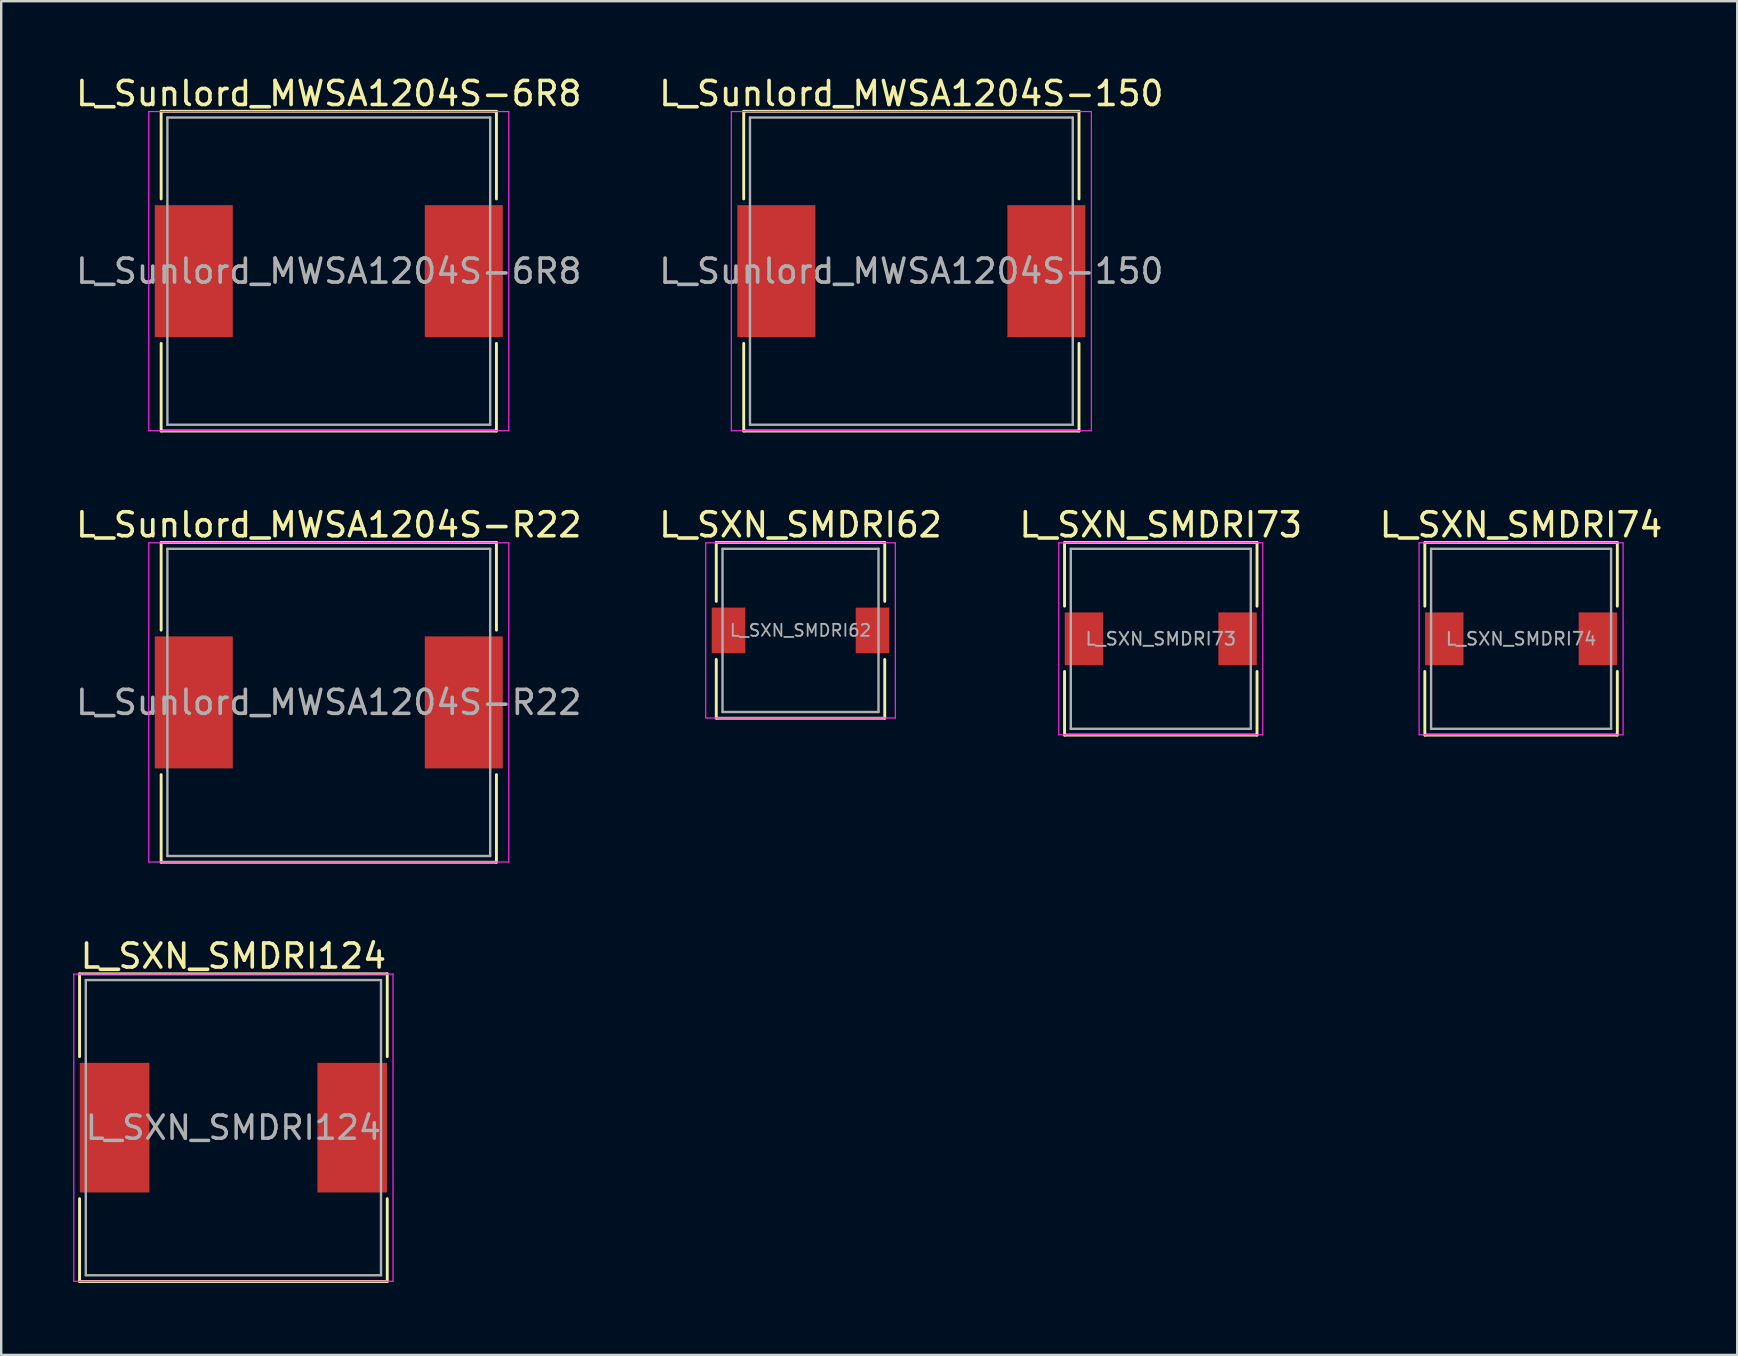
<source format=kicad_pcb>
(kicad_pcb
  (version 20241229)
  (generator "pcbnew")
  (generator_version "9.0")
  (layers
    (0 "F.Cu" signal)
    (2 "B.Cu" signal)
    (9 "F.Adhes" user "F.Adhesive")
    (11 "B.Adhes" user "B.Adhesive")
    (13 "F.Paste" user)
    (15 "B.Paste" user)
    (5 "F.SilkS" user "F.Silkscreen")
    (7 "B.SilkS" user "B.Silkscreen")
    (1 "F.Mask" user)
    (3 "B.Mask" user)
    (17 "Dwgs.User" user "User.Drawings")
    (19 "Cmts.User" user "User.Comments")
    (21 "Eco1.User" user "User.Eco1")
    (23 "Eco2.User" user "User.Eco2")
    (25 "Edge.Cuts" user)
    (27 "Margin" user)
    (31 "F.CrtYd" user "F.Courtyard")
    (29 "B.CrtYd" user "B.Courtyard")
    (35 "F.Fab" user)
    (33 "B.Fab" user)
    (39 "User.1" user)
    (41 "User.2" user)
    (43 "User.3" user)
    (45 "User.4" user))
  (footprint "L_Sunlord_MWSA1204S-6R8"
    (layer "F.Cu")
    (at 10.649 8.248)
    (property "Reference" "L_Sunlord_MWSA1204S-6R8" (at 0 -7.4 0) (layer "F.SilkS") (effects (font (size 1 1) (thickness 0.15))))
    (attr smd)
    (fp_line (start -6.985 -6.66) (end -6.985 -3.01) (stroke (width 0.12) (type solid)) (layer "F.SilkS"))
    (fp_line (start -6.985 -6.66) (end 6.985 -6.66) (stroke (width 0.12) (type solid)) (layer "F.SilkS"))
    (fp_line (start -6.985 6.66) (end -6.985 3.01) (stroke (width 0.12) (type solid)) (layer "F.SilkS"))
    (fp_line (start -6.985 6.66) (end 6.985 6.66) (stroke (width 0.12) (type solid)) (layer "F.SilkS"))
    (fp_line (start 6.985 -6.66) (end 6.985 -3.01) (stroke (width 0.12) (type solid)) (layer "F.SilkS"))
    (fp_line (start 6.985 6.66) (end 6.985 3.01) (stroke (width 0.12) (type solid)) (layer "F.SilkS"))
    (fp_line (start -7.5 -6.65) (end -7.5 6.65) (stroke (width 0.05) (type solid)) (layer "F.CrtYd"))
    (fp_line (start -7.5 6.65) (end 7.5 6.65) (stroke (width 0.05) (type solid)) (layer "F.CrtYd"))
    (fp_line (start 7.5 -6.65) (end -7.5 -6.65) (stroke (width 0.05) (type solid)) (layer "F.CrtYd"))
    (fp_line (start 7.5 6.65) (end 7.5 -6.65) (stroke (width 0.05) (type solid)) (layer "F.CrtYd"))
    (fp_line (start -6.725 -6.4) (end -6.725 6.4) (stroke (width 0.1) (type solid)) (layer "F.Fab"))
    (fp_line (start -6.725 6.4) (end 6.725 6.4) (stroke (width 0.1) (type solid)) (layer "F.Fab"))
    (fp_line (start 6.725 -6.4) (end -6.725 -6.4) (stroke (width 0.1) (type solid)) (layer "F.Fab"))
    (fp_line (start 6.725 6.4) (end 6.725 -6.4) (stroke (width 0.1) (type solid)) (layer "F.Fab"))
    (fp_text user "${REFERENCE}" (at 0 0 0) (layer "F.Fab") (effects (font (size 1 1) (thickness 0.15))))
    (pad "1" smd rect (at -5.625 0) (size 3.25 5.5) (layers "F.Cu" "F.Mask" "F.Paste"))
    (pad "2" smd rect (at 5.625 0) (size 3.25 5.5) (layers "F.Cu" "F.Mask" "F.Paste")))
  (footprint "L_SXN_SMDRI74"
    (layer "F.Cu")
    (at 60.327 23.567)
    (property "Reference" "L_SXN_SMDRI74" (at 0 -4.75 0) (layer "F.SilkS") (effects (font (size 1 1) (thickness 0.15))))
    (attr smd)
    (fp_line (start -4.01 -4.01) (end -4.01 -1.36) (stroke (width 0.12) (type solid)) (layer "F.SilkS"))
    (fp_line (start -4.01 -4.01) (end 4.01 -4.01) (stroke (width 0.12) (type solid)) (layer "F.SilkS"))
    (fp_line (start -4.01 4.01) (end -4.01 1.36) (stroke (width 0.12) (type solid)) (layer "F.SilkS"))
    (fp_line (start -4.01 4.01) (end 4.01 4.01) (stroke (width 0.12) (type solid)) (layer "F.SilkS"))
    (fp_line (start 4.01 -4.01) (end 4.01 -1.36) (stroke (width 0.12) (type solid)) (layer "F.SilkS"))
    (fp_line (start 4.01 4.01) (end 4.01 1.36) (stroke (width 0.12) (type solid)) (layer "F.SilkS"))
    (fp_line (start -4.25 -4) (end -4.25 4) (stroke (width 0.05) (type solid)) (layer "F.CrtYd"))
    (fp_line (start -4.25 4) (end 4.25 4) (stroke (width 0.05) (type solid)) (layer "F.CrtYd"))
    (fp_line (start 4.25 -4) (end -4.25 -4) (stroke (width 0.05) (type solid)) (layer "F.CrtYd"))
    (fp_line (start 4.25 4) (end 4.25 -4) (stroke (width 0.05) (type solid)) (layer "F.CrtYd"))
    (fp_line (start -3.75 -3.75) (end -3.75 3.75) (stroke (width 0.1) (type solid)) (layer "F.Fab"))
    (fp_line (start -3.75 3.75) (end 3.75 3.75) (stroke (width 0.1) (type solid)) (layer "F.Fab"))
    (fp_line (start 3.75 -3.75) (end -3.75 -3.75) (stroke (width 0.1) (type solid)) (layer "F.Fab"))
    (fp_line (start 3.75 3.75) (end 3.75 -3.75) (stroke (width 0.1) (type solid)) (layer "F.Fab"))
    (fp_text user "${REFERENCE}" (at 0 0 0) (layer "F.Fab") (effects (font (size 0.533 0.533) (thickness 0.08))))
    (pad "1" smd rect (at -3.2 0) (size 1.6 2.2) (layers "F.Cu" "F.Mask" "F.Paste"))
    (pad "2" smd rect (at 3.2 0) (size 1.6 2.2) (layers "F.Cu" "F.Mask" "F.Paste")))
  (footprint "L_SXN_SMDRI73"
    (layer "F.Cu")
    (at 45.315 23.567)
    (property "Reference" "L_SXN_SMDRI73" (at 0 -4.75 0) (layer "F.SilkS") (effects (font (size 1 1) (thickness 0.15))))
    (attr smd)
    (fp_line (start -4.01 -4.01) (end -4.01 -1.36) (stroke (width 0.12) (type solid)) (layer "F.SilkS"))
    (fp_line (start -4.01 -4.01) (end 4.01 -4.01) (stroke (width 0.12) (type solid)) (layer "F.SilkS"))
    (fp_line (start -4.01 4.01) (end -4.01 1.36) (stroke (width 0.12) (type solid)) (layer "F.SilkS"))
    (fp_line (start -4.01 4.01) (end 4.01 4.01) (stroke (width 0.12) (type solid)) (layer "F.SilkS"))
    (fp_line (start 4.01 -4.01) (end 4.01 -1.36) (stroke (width 0.12) (type solid)) (layer "F.SilkS"))
    (fp_line (start 4.01 4.01) (end 4.01 1.36) (stroke (width 0.12) (type solid)) (layer "F.SilkS"))
    (fp_line (start -4.25 -4) (end -4.25 4) (stroke (width 0.05) (type solid)) (layer "F.CrtYd"))
    (fp_line (start -4.25 4) (end 4.25 4) (stroke (width 0.05) (type solid)) (layer "F.CrtYd"))
    (fp_line (start 4.25 -4) (end -4.25 -4) (stroke (width 0.05) (type solid)) (layer "F.CrtYd"))
    (fp_line (start 4.25 4) (end 4.25 -4) (stroke (width 0.05) (type solid)) (layer "F.CrtYd"))
    (fp_line (start -3.75 -3.75) (end -3.75 3.75) (stroke (width 0.1) (type solid)) (layer "F.Fab"))
    (fp_line (start -3.75 3.75) (end 3.75 3.75) (stroke (width 0.1) (type solid)) (layer "F.Fab"))
    (fp_line (start 3.75 -3.75) (end -3.75 -3.75) (stroke (width 0.1) (type solid)) (layer "F.Fab"))
    (fp_line (start 3.75 3.75) (end 3.75 -3.75) (stroke (width 0.1) (type solid)) (layer "F.Fab"))
    (fp_text user "${REFERENCE}" (at 0 0 0) (layer "F.Fab") (effects (font (size 0.533 0.533) (thickness 0.08))))
    (pad "1" smd rect (at -3.2 0) (size 1.6 2.2) (layers "F.Cu" "F.Mask" "F.Paste"))
    (pad "2" smd rect (at 3.2 0) (size 1.6 2.2) (layers "F.Cu" "F.Mask" "F.Paste")))
  (footprint "L_SXN_SMDRI62"
    (layer "F.Cu")
    (at 30.304 23.216)
    (property "Reference" "L_SXN_SMDRI62" (at 0 -4.4 0) (layer "F.SilkS") (effects (font (size 1 1) (thickness 0.15))))
    (attr smd)
    (fp_line (start -3.51 -3.66) (end -3.51 -1.21) (stroke (width 0.12) (type solid)) (layer "F.SilkS"))
    (fp_line (start -3.51 -3.66) (end 3.51 -3.66) (stroke (width 0.12) (type solid)) (layer "F.SilkS"))
    (fp_line (start -3.51 3.66) (end -3.51 1.21) (stroke (width 0.12) (type solid)) (layer "F.SilkS"))
    (fp_line (start -3.51 3.66) (end 3.51 3.66) (stroke (width 0.12) (type solid)) (layer "F.SilkS"))
    (fp_line (start 3.51 -3.66) (end 3.51 -1.21) (stroke (width 0.12) (type solid)) (layer "F.SilkS"))
    (fp_line (start 3.51 3.66) (end 3.51 1.21) (stroke (width 0.12) (type solid)) (layer "F.SilkS"))
    (fp_line (start -3.95 -3.65) (end -3.95 3.65) (stroke (width 0.05) (type solid)) (layer "F.CrtYd"))
    (fp_line (start -3.95 3.65) (end 3.95 3.65) (stroke (width 0.05) (type solid)) (layer "F.CrtYd"))
    (fp_line (start 3.95 -3.65) (end -3.95 -3.65) (stroke (width 0.05) (type solid)) (layer "F.CrtYd"))
    (fp_line (start 3.95 3.65) (end 3.95 -3.65) (stroke (width 0.05) (type solid)) (layer "F.CrtYd"))
    (fp_line (start -3.25 -3.4) (end -3.25 3.4) (stroke (width 0.1) (type solid)) (layer "F.Fab"))
    (fp_line (start -3.25 3.4) (end 3.25 3.4) (stroke (width 0.1) (type solid)) (layer "F.Fab"))
    (fp_line (start 3.25 -3.4) (end -3.25 -3.4) (stroke (width 0.1) (type solid)) (layer "F.Fab"))
    (fp_line (start 3.25 3.4) (end 3.25 -3.4) (stroke (width 0.1) (type solid)) (layer "F.Fab"))
    (fp_text user "${REFERENCE}" (at 0 0 0) (layer "F.Fab") (effects (font (size 0.5 0.5) (thickness 0.075))))
    (pad "1" smd rect (at -3 0) (size 1.4 1.9) (layers "F.Cu" "F.Mask" "F.Paste"))
    (pad "2" smd rect (at 3 0) (size 1.4 1.9) (layers "F.Cu" "F.Mask" "F.Paste")))
  (footprint "L_Sunlord_MWSA1204S-150"
    (layer "F.Cu")
    (at 34.923 8.248)
    (property "Reference" "L_Sunlord_MWSA1204S-150" (at 0 -7.4 0) (layer "F.SilkS") (effects (font (size 1 1) (thickness 0.15))))
    (attr smd)
    (fp_line (start -6.985 -6.66) (end -6.985 -3.01) (stroke (width 0.12) (type solid)) (layer "F.SilkS"))
    (fp_line (start -6.985 -6.66) (end 6.985 -6.66) (stroke (width 0.12) (type solid)) (layer "F.SilkS"))
    (fp_line (start -6.985 6.66) (end -6.985 3.01) (stroke (width 0.12) (type solid)) (layer "F.SilkS"))
    (fp_line (start -6.985 6.66) (end 6.985 6.66) (stroke (width 0.12) (type solid)) (layer "F.SilkS"))
    (fp_line (start 6.985 -6.66) (end 6.985 -3.01) (stroke (width 0.12) (type solid)) (layer "F.SilkS"))
    (fp_line (start 6.985 6.66) (end 6.985 3.01) (stroke (width 0.12) (type solid)) (layer "F.SilkS"))
    (fp_line (start -7.5 -6.65) (end -7.5 6.65) (stroke (width 0.05) (type solid)) (layer "F.CrtYd"))
    (fp_line (start -7.5 6.65) (end 7.5 6.65) (stroke (width 0.05) (type solid)) (layer "F.CrtYd"))
    (fp_line (start 7.5 -6.65) (end -7.5 -6.65) (stroke (width 0.05) (type solid)) (layer "F.CrtYd"))
    (fp_line (start 7.5 6.65) (end 7.5 -6.65) (stroke (width 0.05) (type solid)) (layer "F.CrtYd"))
    (fp_line (start -6.725 -6.4) (end -6.725 6.4) (stroke (width 0.1) (type solid)) (layer "F.Fab"))
    (fp_line (start -6.725 6.4) (end 6.725 6.4) (stroke (width 0.1) (type solid)) (layer "F.Fab"))
    (fp_line (start 6.725 -6.4) (end -6.725 -6.4) (stroke (width 0.1) (type solid)) (layer "F.Fab"))
    (fp_line (start 6.725 6.4) (end 6.725 -6.4) (stroke (width 0.1) (type solid)) (layer "F.Fab"))
    (fp_text user "${REFERENCE}" (at 0 0 0) (layer "F.Fab") (effects (font (size 1 1) (thickness 0.15))))
    (pad "1" smd rect (at -5.625 0) (size 3.25 5.5) (layers "F.Cu" "F.Mask" "F.Paste"))
    (pad "2" smd rect (at 5.625 0) (size 3.25 5.5) (layers "F.Cu" "F.Mask" "F.Paste")))
  (footprint "L_SXN_SMDRI124"
    (layer "F.Cu")
    (at 6.675 43.935)
    (property "Reference" "L_SXN_SMDRI124" (at 0 -7.15 0) (layer "F.SilkS") (effects (font (size 1 1) (thickness 0.15))))
    (attr smd)
    (fp_line (start -6.41 -6.41) (end -6.41 -2.96) (stroke (width 0.12) (type solid)) (layer "F.SilkS"))
    (fp_line (start -6.41 -6.41) (end 6.41 -6.41) (stroke (width 0.12) (type solid)) (layer "F.SilkS"))
    (fp_line (start -6.41 6.41) (end -6.41 2.96) (stroke (width 0.12) (type solid)) (layer "F.SilkS"))
    (fp_line (start -6.41 6.41) (end 6.41 6.41) (stroke (width 0.12) (type solid)) (layer "F.SilkS"))
    (fp_line (start 6.41 -6.41) (end 6.41 -2.96) (stroke (width 0.12) (type solid)) (layer "F.SilkS"))
    (fp_line (start 6.41 6.41) (end 6.41 2.96) (stroke (width 0.12) (type solid)) (layer "F.SilkS"))
    (fp_line (start -6.65 -6.4) (end -6.65 6.4) (stroke (width 0.05) (type solid)) (layer "F.CrtYd"))
    (fp_line (start -6.65 6.4) (end 6.65 6.4) (stroke (width 0.05) (type solid)) (layer "F.CrtYd"))
    (fp_line (start 6.65 -6.4) (end -6.65 -6.4) (stroke (width 0.05) (type solid)) (layer "F.CrtYd"))
    (fp_line (start 6.65 6.4) (end 6.65 -6.4) (stroke (width 0.05) (type solid)) (layer "F.CrtYd"))
    (fp_line (start -6.15 -6.15) (end -6.15 6.15) (stroke (width 0.1) (type solid)) (layer "F.Fab"))
    (fp_line (start -6.15 6.15) (end 6.15 6.15) (stroke (width 0.1) (type solid)) (layer "F.Fab"))
    (fp_line (start 6.15 -6.15) (end -6.15 -6.15) (stroke (width 0.1) (type solid)) (layer "F.Fab"))
    (fp_line (start 6.15 6.15) (end 6.15 -6.15) (stroke (width 0.1) (type solid)) (layer "F.Fab"))
    (fp_text user "${REFERENCE}" (at 0 0 0) (layer "F.Fab") (effects (font (size 0.967 0.967) (thickness 0.145))))
    (pad "1" smd rect (at -4.95 0) (size 2.9 5.4) (layers "F.Cu" "F.Mask" "F.Paste"))
    (pad "2" smd rect (at 4.95 0) (size 2.9 5.4) (layers "F.Cu" "F.Mask" "F.Paste")))
  (footprint "L_Sunlord_MWSA1204S-R22"
    (layer "F.Cu")
    (at 10.649 26.216)
    (property "Reference" "L_Sunlord_MWSA1204S-R22" (at 0 -7.4 0) (layer "F.SilkS") (effects (font (size 1 1) (thickness 0.15))))
    (attr smd)
    (fp_line (start -6.985 -6.66) (end -6.985 -3.01) (stroke (width 0.12) (type solid)) (layer "F.SilkS"))
    (fp_line (start -6.985 -6.66) (end 6.985 -6.66) (stroke (width 0.12) (type solid)) (layer "F.SilkS"))
    (fp_line (start -6.985 6.66) (end -6.985 3.01) (stroke (width 0.12) (type solid)) (layer "F.SilkS"))
    (fp_line (start -6.985 6.66) (end 6.985 6.66) (stroke (width 0.12) (type solid)) (layer "F.SilkS"))
    (fp_line (start 6.985 -6.66) (end 6.985 -3.01) (stroke (width 0.12) (type solid)) (layer "F.SilkS"))
    (fp_line (start 6.985 6.66) (end 6.985 3.01) (stroke (width 0.12) (type solid)) (layer "F.SilkS"))
    (fp_line (start -7.5 -6.65) (end -7.5 6.65) (stroke (width 0.05) (type solid)) (layer "F.CrtYd"))
    (fp_line (start -7.5 6.65) (end 7.5 6.65) (stroke (width 0.05) (type solid)) (layer "F.CrtYd"))
    (fp_line (start 7.5 -6.65) (end -7.5 -6.65) (stroke (width 0.05) (type solid)) (layer "F.CrtYd"))
    (fp_line (start 7.5 6.65) (end 7.5 -6.65) (stroke (width 0.05) (type solid)) (layer "F.CrtYd"))
    (fp_line (start -6.725 -6.4) (end -6.725 6.4) (stroke (width 0.1) (type solid)) (layer "F.Fab"))
    (fp_line (start -6.725 6.4) (end 6.725 6.4) (stroke (width 0.1) (type solid)) (layer "F.Fab"))
    (fp_line (start 6.725 -6.4) (end -6.725 -6.4) (stroke (width 0.1) (type solid)) (layer "F.Fab"))
    (fp_line (start 6.725 6.4) (end 6.725 -6.4) (stroke (width 0.1) (type solid)) (layer "F.Fab"))
    (fp_text user "${REFERENCE}" (at 0 0 0) (layer "F.Fab") (effects (font (size 1 1) (thickness 0.15))))
    (pad "1" smd rect (at -5.625 0) (size 3.25 5.5) (layers "F.Cu" "F.Mask" "F.Paste"))
    (pad "2" smd rect (at 5.625 0) (size 3.25 5.5) (layers "F.Cu" "F.Mask" "F.Paste")))
  (gr_rect
    (start -3 -3)
    (end 69.333 53.405)
    (stroke (width 0.1) (type default))
    (fill no)
    (layer "Edge.Cuts")))
</source>
